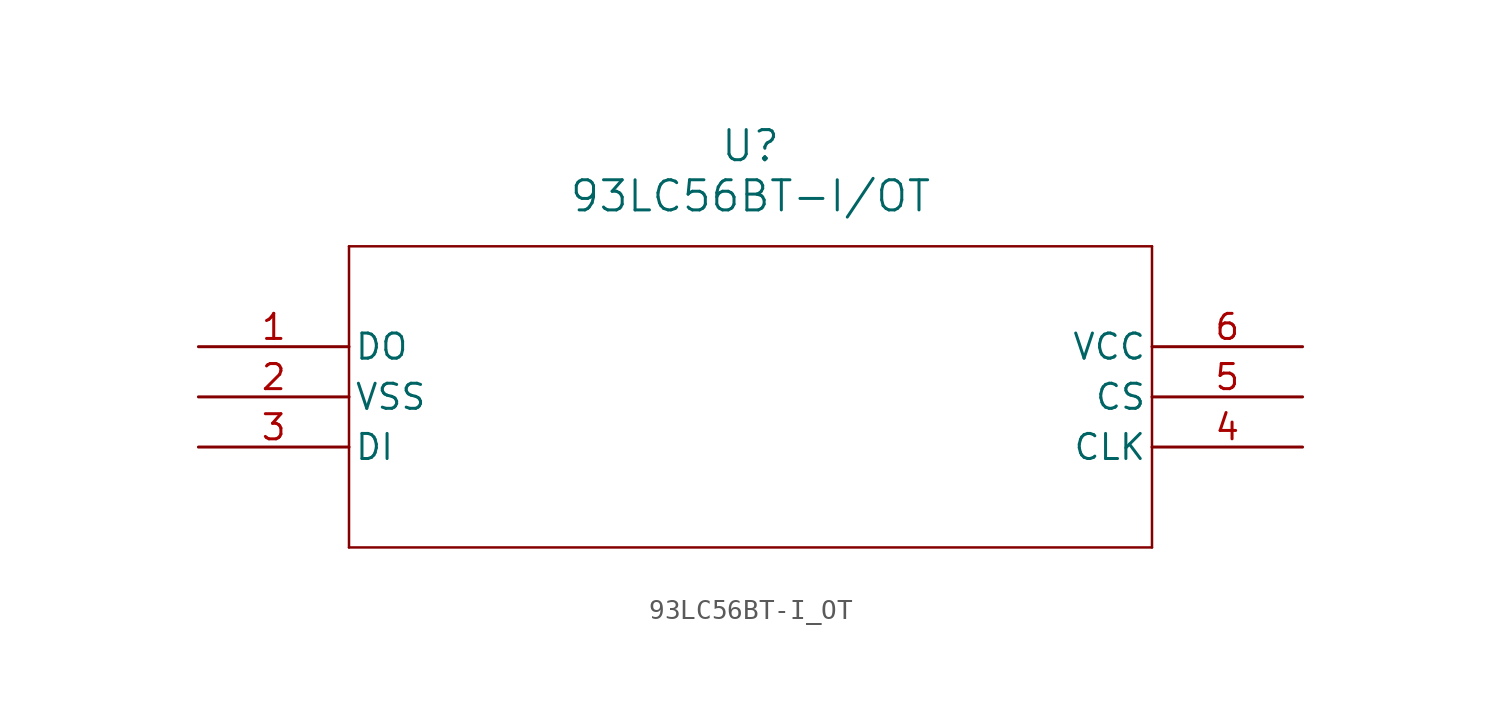
<source format=kicad_sym>
(kicad_symbol_lib
  (version 20211014)
  (generator kicad_symbol_editor)
  (symbol "93LC56BT-I_OT"
    (pin_names
      (offset 0.254))
    (property "Reference" "U"
      (at 27.94 10.16 0)
      (effects (font (size 1.524 1.524))))
    (property "Value" "93LC56BT-I/OT"
      (at 27.94 7.62 0)
      (effects (font (size 1.524 1.524))))
    (symbol "93LC56BT-I_OT_0_1"
      (polyline (pts (xy 7.62 5.08) (xy 7.62 -10.16)) (stroke (width 0.127) (type default) (color 0 0 0 0)) (fill (type none)))
      (polyline (pts (xy 7.62 -10.16) (xy 48.26 -10.16)) (stroke (width 0.127) (type default) (color 0 0 0 0)) (fill (type none)))
      (polyline (pts (xy 48.26 -10.16) (xy 48.26 5.08)) (stroke (width 0.127) (type default) (color 0 0 0 0)) (fill (type none)))
      (polyline (pts (xy 48.26 5.08) (xy 7.62 5.08)) (stroke (width 0.127) (type default) (color 0 0 0 0)) (fill (type none)))
      (pin unspecified line (at 0 0 0) (length 7.62) (name "DO" (effects (font (size 1.27 1.27)))) (number "1" (effects (font (size 1.27 1.27)))))
      (pin unspecified line (at 0 -2.54 0) (length 7.62) (name "VSS" (effects (font (size 1.27 1.27)))) (number "2" (effects (font (size 1.27 1.27)))))
      (pin unspecified line (at 0 -5.08 0) (length 7.62) (name "DI" (effects (font (size 1.27 1.27)))) (number "3" (effects (font (size 1.27 1.27)))))
      (pin unspecified line (at 55.88 -5.08 180) (length 7.62) (name "CLK" (effects (font (size 1.27 1.27)))) (number "4" (effects (font (size 1.27 1.27)))))
      (pin unspecified line (at 55.88 -2.54 180) (length 7.62) (name "CS" (effects (font (size 1.27 1.27)))) (number "5" (effects (font (size 1.27 1.27)))))
      (pin unspecified line (at 55.88 0 180) (length 7.62) (name "VCC" (effects (font (size 1.27 1.27)))) (number "6" (effects (font (size 1.27 1.27))))))))
</source>
